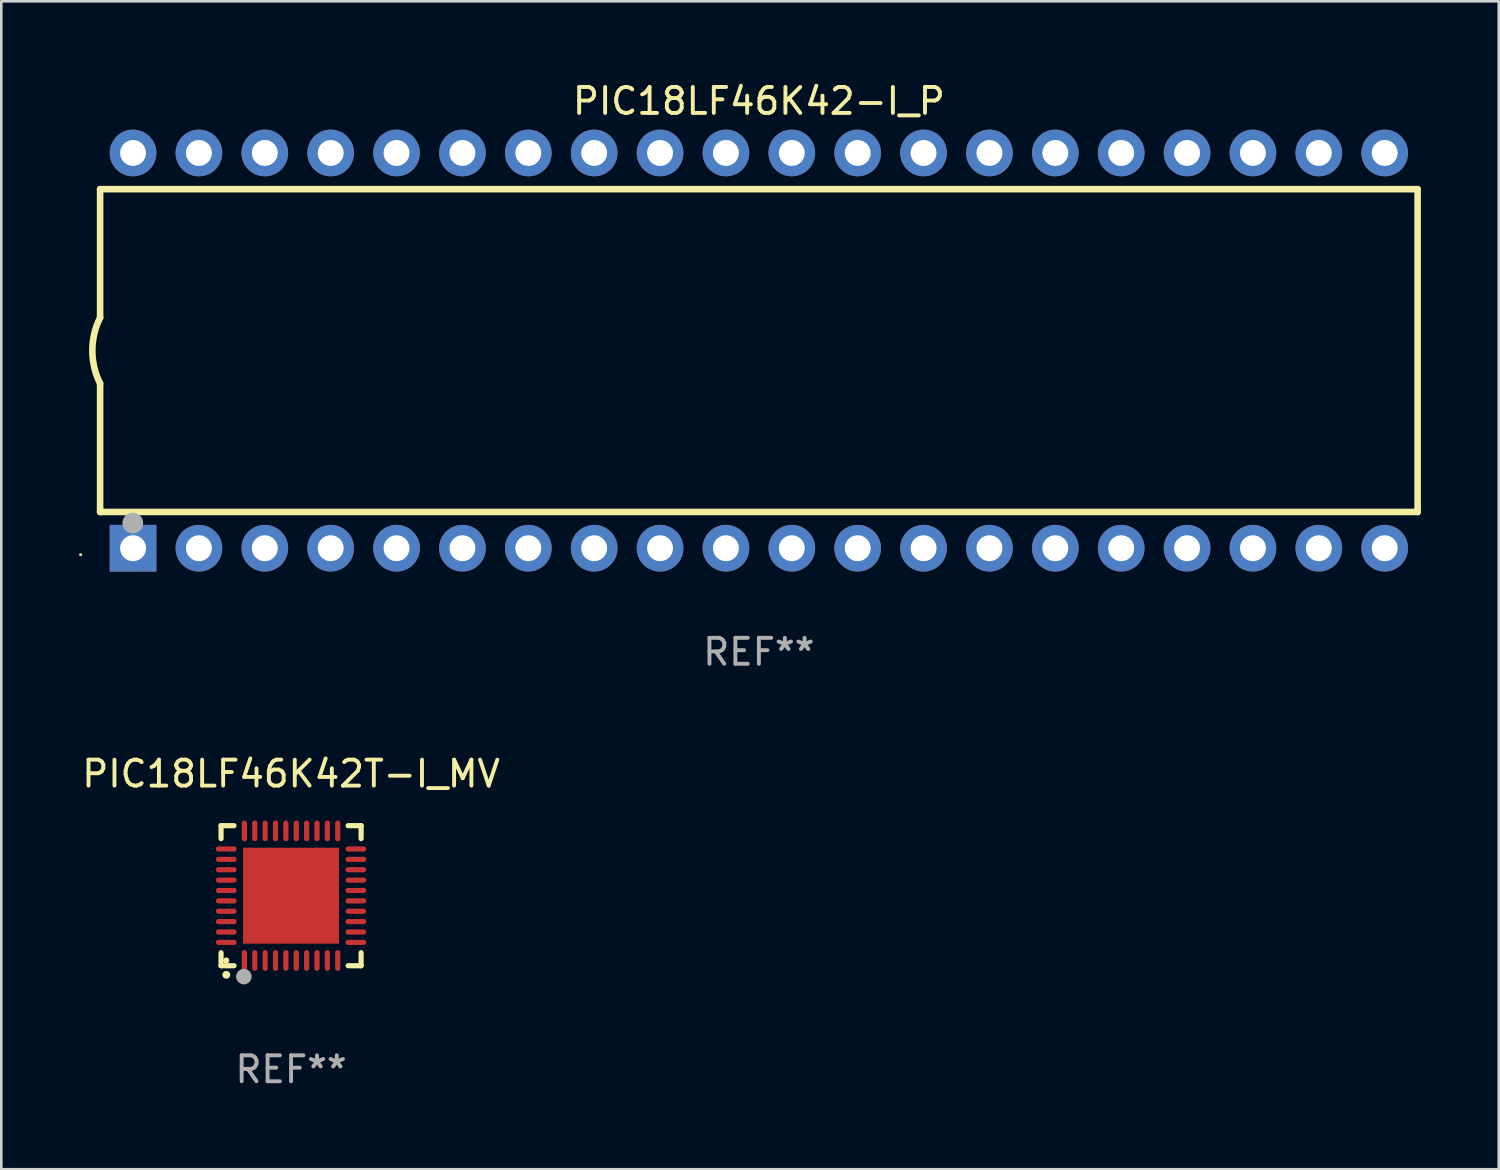
<source format=kicad_pcb>
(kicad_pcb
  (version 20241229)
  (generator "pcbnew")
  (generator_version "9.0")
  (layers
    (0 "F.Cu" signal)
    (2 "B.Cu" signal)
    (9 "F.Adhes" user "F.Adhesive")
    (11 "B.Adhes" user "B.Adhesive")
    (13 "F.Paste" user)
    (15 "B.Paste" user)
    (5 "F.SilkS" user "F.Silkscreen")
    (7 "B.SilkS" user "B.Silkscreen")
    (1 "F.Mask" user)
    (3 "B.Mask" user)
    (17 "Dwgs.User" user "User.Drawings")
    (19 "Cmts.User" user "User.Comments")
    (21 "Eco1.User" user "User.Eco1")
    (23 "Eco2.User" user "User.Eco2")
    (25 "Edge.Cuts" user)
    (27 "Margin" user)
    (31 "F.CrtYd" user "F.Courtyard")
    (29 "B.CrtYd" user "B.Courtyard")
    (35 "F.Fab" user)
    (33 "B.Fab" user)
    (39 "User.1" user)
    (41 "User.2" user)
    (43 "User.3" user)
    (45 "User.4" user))
  (footprint "PIC18LF46K42T-I_MV"
    (layer "F.Cu")
    (at 8.173 31.485)
    (property "Reference" "PIC18LF46K42T-I_MV" (at 0 -4.7 0) (layer "F.SilkS") (effects (font (size 1 1) (thickness 0.15))))
    (attr through_hole)
    (fp_line (start -2.7 -2.7) (end -2.7 -2.2) (stroke (width 0.2) (type solid)) (layer "F.SilkS"))
    (fp_line (start -2.7 2.7) (end -2.7 2.2) (stroke (width 0.2) (type solid)) (layer "F.SilkS"))
    (fp_line (start -2.2 -2.7) (end -2.7 -2.7) (stroke (width 0.2) (type solid)) (layer "F.SilkS"))
    (fp_line (start -2.2 2.7) (end -2.7 2.7) (stroke (width 0.2) (type solid)) (layer "F.SilkS"))
    (fp_line (start 2.7 -2.7) (end 2.2 -2.7) (stroke (width 0.2) (type solid)) (layer "F.SilkS"))
    (fp_line (start 2.7 -2.2) (end 2.7 -2.7) (stroke (width 0.2) (type solid)) (layer "F.SilkS"))
    (fp_line (start 2.7 2.2) (end 2.7 2.7) (stroke (width 0.2) (type solid)) (layer "F.SilkS"))
    (fp_line (start 2.7 2.7) (end 2.2 2.7) (stroke (width 0.2) (type solid)) (layer "F.SilkS"))
    (fp_arc (start -2.499365 3.050546) (mid -2.498095 3.050541) (end -2.496825 3.050546) (stroke (width 0.3) (type solid)) (layer "F.SilkS"))
    (fp_circle (center -2.5 2.5) (end -2.44 2.5) (stroke (width 0.12) (type solid)) (fill no) (layer "F.SilkS"))
    (fp_circle (center -1.82 3.12) (end -1.67 3.12) (stroke (width 0.3) (type solid)) (fill no) (layer "F.Fab"))
    (fp_text user "REF**" (at 0 6.7 0) (layer "F.Fab") (effects (font (size 1 1) (thickness 0.15))))
    (pad "1" smd oval (at -1.8 2.499) (size 0.2 0.8) (layers "F.Cu" "F.Mask" "F.Paste"))
    (pad "2" smd oval (at -1.4 2.499) (size 0.2 0.8) (layers "F.Cu" "F.Mask" "F.Paste"))
    (pad "3" smd oval (at -1 2.499) (size 0.2 0.8) (layers "F.Cu" "F.Mask" "F.Paste"))
    (pad "4" smd oval (at -0.6 2.499) (size 0.2 0.8) (layers "F.Cu" "F.Mask" "F.Paste"))
    (pad "5" smd oval (at -0.2 2.499) (size 0.2 0.8) (layers "F.Cu" "F.Mask" "F.Paste"))
    (pad "6" smd oval (at 0.2 2.499) (size 0.2 0.8) (layers "F.Cu" "F.Mask" "F.Paste"))
    (pad "7" smd oval (at 0.6 2.499) (size 0.2 0.8) (layers "F.Cu" "F.Mask" "F.Paste"))
    (pad "8" smd oval (at 1 2.499) (size 0.2 0.8) (layers "F.Cu" "F.Mask" "F.Paste"))
    (pad "9" smd oval (at 1.4 2.499) (size 0.2 0.8) (layers "F.Cu" "F.Mask" "F.Paste"))
    (pad "10" smd oval (at 1.8 2.499) (size 0.2 0.8) (layers "F.Cu" "F.Mask" "F.Paste"))
    (pad "11" smd oval (at 2.499 1.8) (size 0.8 0.2) (layers "F.Cu" "F.Mask" "F.Paste"))
    (pad "12" smd oval (at 2.499 1.4) (size 0.8 0.2) (layers "F.Cu" "F.Mask" "F.Paste"))
    (pad "13" smd oval (at 2.499 1) (size 0.8 0.2) (layers "F.Cu" "F.Mask" "F.Paste"))
    (pad "14" smd oval (at 2.499 0.6) (size 0.8 0.2) (layers "F.Cu" "F.Mask" "F.Paste"))
    (pad "15" smd oval (at 2.499 0.2) (size 0.8 0.2) (layers "F.Cu" "F.Mask" "F.Paste"))
    (pad "16" smd oval (at 2.499 -0.2) (size 0.8 0.2) (layers "F.Cu" "F.Mask" "F.Paste"))
    (pad "17" smd oval (at 2.499 -0.6) (size 0.8 0.2) (layers "F.Cu" "F.Mask" "F.Paste"))
    (pad "18" smd oval (at 2.499 -1) (size 0.8 0.2) (layers "F.Cu" "F.Mask" "F.Paste"))
    (pad "19" smd oval (at 2.499 -1.4) (size 0.8 0.2) (layers "F.Cu" "F.Mask" "F.Paste"))
    (pad "20" smd oval (at 2.499 -1.8) (size 0.8 0.2) (layers "F.Cu" "F.Mask" "F.Paste"))
    (pad "21" smd oval (at 1.8 -2.499) (size 0.2 0.8) (layers "F.Cu" "F.Mask" "F.Paste"))
    (pad "22" smd oval (at 1.4 -2.499) (size 0.2 0.8) (layers "F.Cu" "F.Mask" "F.Paste"))
    (pad "23" smd oval (at 1 -2.499) (size 0.2 0.8) (layers "F.Cu" "F.Mask" "F.Paste"))
    (pad "24" smd oval (at 0.6 -2.499) (size 0.2 0.8) (layers "F.Cu" "F.Mask" "F.Paste"))
    (pad "25" smd oval (at 0.2 -2.499) (size 0.2 0.8) (layers "F.Cu" "F.Mask" "F.Paste"))
    (pad "26" smd oval (at -0.2 -2.499) (size 0.2 0.8) (layers "F.Cu" "F.Mask" "F.Paste"))
    (pad "27" smd oval (at -0.6 -2.499) (size 0.2 0.8) (layers "F.Cu" "F.Mask" "F.Paste"))
    (pad "28" smd oval (at -1 -2.499) (size 0.2 0.8) (layers "F.Cu" "F.Mask" "F.Paste"))
    (pad "29" smd oval (at -1.4 -2.499) (size 0.2 0.8) (layers "F.Cu" "F.Mask" "F.Paste"))
    (pad "30" smd oval (at -1.8 -2.499) (size 0.2 0.8) (layers "F.Cu" "F.Mask" "F.Paste"))
    (pad "31" smd oval (at -2.499 -1.8) (size 0.8 0.2) (layers "F.Cu" "F.Mask" "F.Paste"))
    (pad "32" smd oval (at -2.499 -1.4) (size 0.8 0.2) (layers "F.Cu" "F.Mask" "F.Paste"))
    (pad "33" smd oval (at -2.499 -1) (size 0.8 0.2) (layers "F.Cu" "F.Mask" "F.Paste"))
    (pad "34" smd oval (at -2.499 -0.6) (size 0.8 0.2) (layers "F.Cu" "F.Mask" "F.Paste"))
    (pad "35" smd oval (at -2.499 -0.2) (size 0.8 0.2) (layers "F.Cu" "F.Mask" "F.Paste"))
    (pad "36" smd oval (at -2.499 0.2) (size 0.8 0.2) (layers "F.Cu" "F.Mask" "F.Paste"))
    (pad "37" smd oval (at -2.499 0.6) (size 0.8 0.2) (layers "F.Cu" "F.Mask" "F.Paste"))
    (pad "38" smd oval (at -2.499 1) (size 0.8 0.2) (layers "F.Cu" "F.Mask" "F.Paste"))
    (pad "39" smd oval (at -2.499 1.4) (size 0.8 0.2) (layers "F.Cu" "F.Mask" "F.Paste"))
    (pad "40" smd oval (at -2.499 1.8) (size 0.8 0.2) (layers "F.Cu" "F.Mask" "F.Paste"))
    (pad "41" smd rect (at 0 0) (size 3.7 3.7) (layers "F.Cu" "F.Mask" "F.Paste")))
  (footprint "PIC18LF46K42-I_P"
    (layer "F.Cu")
    (at 26.21 10.468)
    (property "Reference" "PIC18LF46K42-I_P" (at 0 -9.62 0) (layer "F.SilkS") (effects (font (size 1 1) (thickness 0.15))))
    (attr through_hole)
    (fp_line (start -25.4 -6.224) (end -25.4 -1.271) (stroke (width 0.254) (type solid)) (layer "F.SilkS"))
    (fp_line (start -25.4 -6.224) (end 25.4 -6.224) (stroke (width 0.254) (type solid)) (layer "F.SilkS"))
    (fp_line (start -25.4 1.269) (end -25.4 6.222) (stroke (width 0.254) (type solid)) (layer "F.SilkS"))
    (fp_line (start -25.4 6.222) (end 25.4 6.222) (stroke (width 0.254) (type solid)) (layer "F.SilkS"))
    (fp_line (start 25.4 6.222) (end 25.4 -6.224) (stroke (width 0.254) (type solid)) (layer "F.SilkS"))
    (fp_arc (start -25.4 1.269241) (mid -25.699807 -0.000762) (end -25.4 -1.270765) (stroke (width 0.254001) (type solid)) (layer "F.SilkS"))
    (fp_circle (center -26.15 7.87) (end -26.12 7.87) (stroke (width 0.06) (type solid)) (fill no) (layer "F.SilkS"))
    (fp_circle (center -24.14 6.65) (end -23.94 6.65) (stroke (width 0.4) (type solid)) (fill no) (layer "F.Fab"))
    (fp_text user "REF**" (at 0 11.62 0) (layer "F.Fab") (effects (font (size 1 1) (thickness 0.15))))
    (pad "1" thru_hole rect (at -24.13 7.62 90) (size 1.8 1.8) (drill 1) (layers "*.Cu" "*.Mask"))
    (pad "2" thru_hole circle (at -21.59 7.62) (size 1.8 1.8) (drill 1) (layers "*.Cu" "*.Mask"))
    (pad "3" thru_hole circle (at -19.05 7.62) (size 1.8 1.8) (drill 1) (layers "*.Cu" "*.Mask"))
    (pad "4" thru_hole circle (at -16.51 7.62) (size 1.8 1.8) (drill 1) (layers "*.Cu" "*.Mask"))
    (pad "5" thru_hole circle (at -13.97 7.62) (size 1.8 1.8) (drill 1) (layers "*.Cu" "*.Mask"))
    (pad "6" thru_hole circle (at -11.43 7.62) (size 1.8 1.8) (drill 1) (layers "*.Cu" "*.Mask"))
    (pad "7" thru_hole circle (at -8.89 7.62) (size 1.8 1.8) (drill 1) (layers "*.Cu" "*.Mask"))
    (pad "8" thru_hole circle (at -6.35 7.62) (size 1.8 1.8) (drill 1) (layers "*.Cu" "*.Mask"))
    (pad "9" thru_hole circle (at -3.81 7.62) (size 1.8 1.8) (drill 1) (layers "*.Cu" "*.Mask"))
    (pad "10" thru_hole circle (at -1.27 7.62) (size 1.8 1.8) (drill 1) (layers "*.Cu" "*.Mask"))
    (pad "11" thru_hole circle (at 1.27 7.62) (size 1.8 1.8) (drill 1) (layers "*.Cu" "*.Mask"))
    (pad "12" thru_hole circle (at 3.81 7.62) (size 1.8 1.8) (drill 1) (layers "*.Cu" "*.Mask"))
    (pad "13" thru_hole circle (at 6.35 7.62) (size 1.8 1.8) (drill 1) (layers "*.Cu" "*.Mask"))
    (pad "14" thru_hole circle (at 8.89 7.62) (size 1.8 1.8) (drill 1) (layers "*.Cu" "*.Mask"))
    (pad "15" thru_hole circle (at 11.43 7.62) (size 1.8 1.8) (drill 1) (layers "*.Cu" "*.Mask"))
    (pad "16" thru_hole circle (at 13.97 7.62) (size 1.8 1.8) (drill 1) (layers "*.Cu" "*.Mask"))
    (pad "17" thru_hole circle (at 16.51 7.62) (size 1.8 1.8) (drill 1) (layers "*.Cu" "*.Mask"))
    (pad "18" thru_hole circle (at 19.05 7.62) (size 1.8 1.8) (drill 1) (layers "*.Cu" "*.Mask"))
    (pad "19" thru_hole circle (at 21.59 7.62) (size 1.8 1.8) (drill 1) (layers "*.Cu" "*.Mask"))
    (pad "20" thru_hole circle (at 24.13 7.62) (size 1.8 1.8) (drill 1) (layers "*.Cu" "*.Mask"))
    (pad "21" thru_hole circle (at 24.13 -7.62) (size 1.8 1.8) (drill 1) (layers "*.Cu" "*.Mask"))
    (pad "22" thru_hole circle (at 21.59 -7.62) (size 1.8 1.8) (drill 1) (layers "*.Cu" "*.Mask"))
    (pad "23" thru_hole circle (at 19.05 -7.62) (size 1.8 1.8) (drill 1) (layers "*.Cu" "*.Mask"))
    (pad "24" thru_hole circle (at 16.51 -7.62) (size 1.8 1.8) (drill 1) (layers "*.Cu" "*.Mask"))
    (pad "25" thru_hole circle (at 13.97 -7.62) (size 1.8 1.8) (drill 1) (layers "*.Cu" "*.Mask"))
    (pad "26" thru_hole circle (at 11.43 -7.62) (size 1.8 1.8) (drill 1) (layers "*.Cu" "*.Mask"))
    (pad "27" thru_hole circle (at 8.89 -7.62) (size 1.8 1.8) (drill 1) (layers "*.Cu" "*.Mask"))
    (pad "28" thru_hole circle (at 6.35 -7.62) (size 1.8 1.8) (drill 1) (layers "*.Cu" "*.Mask"))
    (pad "29" thru_hole circle (at 3.81 -7.62) (size 1.8 1.8) (drill 1) (layers "*.Cu" "*.Mask"))
    (pad "30" thru_hole circle (at 1.27 -7.62) (size 1.8 1.8) (drill 1) (layers "*.Cu" "*.Mask"))
    (pad "31" thru_hole circle (at -1.27 -7.62) (size 1.8 1.8) (drill 1) (layers "*.Cu" "*.Mask"))
    (pad "32" thru_hole circle (at -3.81 -7.62) (size 1.8 1.8) (drill 1) (layers "*.Cu" "*.Mask"))
    (pad "33" thru_hole circle (at -6.35 -7.62) (size 1.8 1.8) (drill 1) (layers "*.Cu" "*.Mask"))
    (pad "34" thru_hole circle (at -8.89 -7.62) (size 1.8 1.8) (drill 1) (layers "*.Cu" "*.Mask"))
    (pad "35" thru_hole circle (at -11.43 -7.62) (size 1.8 1.8) (drill 1) (layers "*.Cu" "*.Mask"))
    (pad "36" thru_hole circle (at -13.97 -7.62) (size 1.8 1.8) (drill 1) (layers "*.Cu" "*.Mask"))
    (pad "37" thru_hole circle (at -16.51 -7.62) (size 1.8 1.8) (drill 1) (layers "*.Cu" "*.Mask"))
    (pad "38" thru_hole circle (at -19.05 -7.62) (size 1.8 1.8) (drill 1) (layers "*.Cu" "*.Mask"))
    (pad "39" thru_hole circle (at -21.59 -7.62) (size 1.8 1.8) (drill 1) (layers "*.Cu" "*.Mask"))
    (pad "40" thru_hole circle (at -24.13 -7.62) (size 1.8 1.8) (drill 1) (layers "*.Cu" "*.Mask")))
  (gr_rect
    (start -3 -3)
    (end 54.737 42.033)
    (stroke (width 0.1) (type default))
    (fill no)
    (layer "Edge.Cuts")))
</source>
